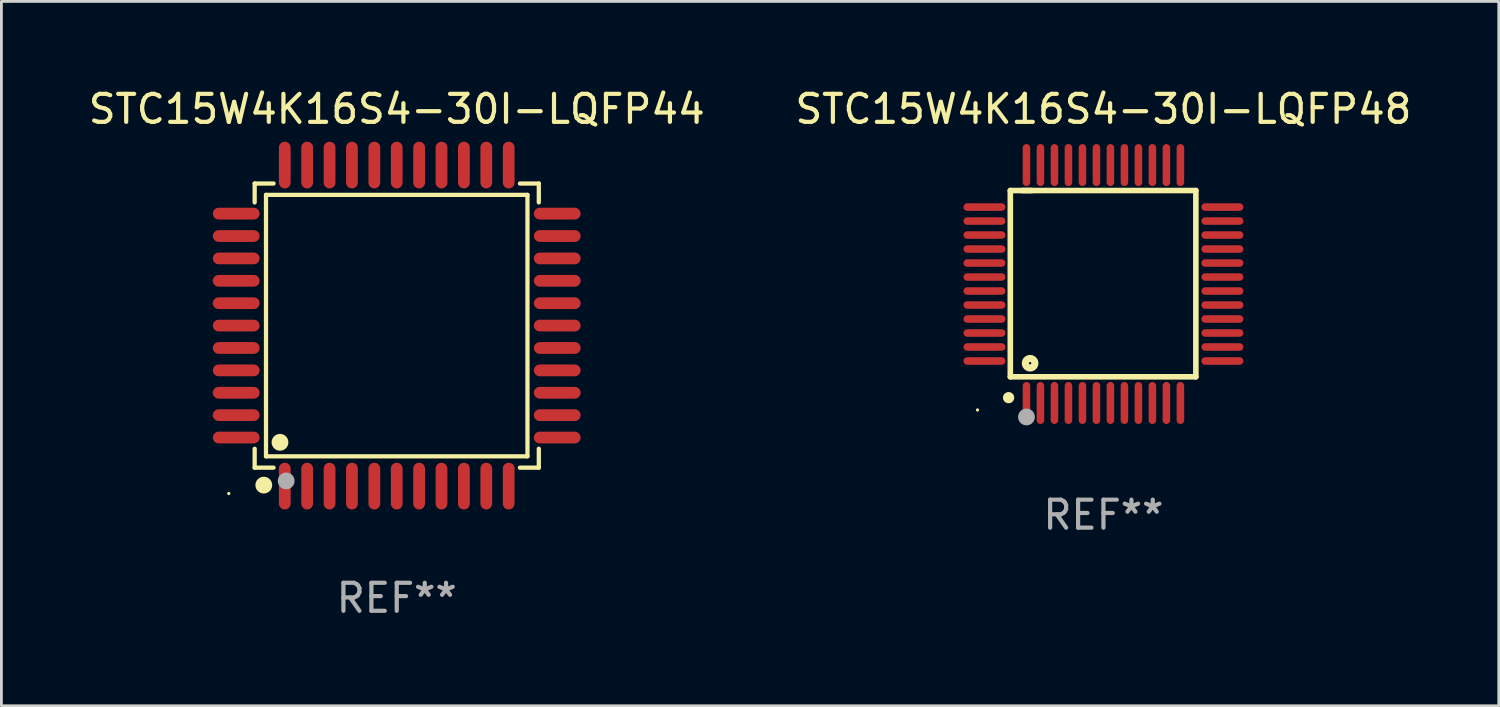
<source format=kicad_pcb>
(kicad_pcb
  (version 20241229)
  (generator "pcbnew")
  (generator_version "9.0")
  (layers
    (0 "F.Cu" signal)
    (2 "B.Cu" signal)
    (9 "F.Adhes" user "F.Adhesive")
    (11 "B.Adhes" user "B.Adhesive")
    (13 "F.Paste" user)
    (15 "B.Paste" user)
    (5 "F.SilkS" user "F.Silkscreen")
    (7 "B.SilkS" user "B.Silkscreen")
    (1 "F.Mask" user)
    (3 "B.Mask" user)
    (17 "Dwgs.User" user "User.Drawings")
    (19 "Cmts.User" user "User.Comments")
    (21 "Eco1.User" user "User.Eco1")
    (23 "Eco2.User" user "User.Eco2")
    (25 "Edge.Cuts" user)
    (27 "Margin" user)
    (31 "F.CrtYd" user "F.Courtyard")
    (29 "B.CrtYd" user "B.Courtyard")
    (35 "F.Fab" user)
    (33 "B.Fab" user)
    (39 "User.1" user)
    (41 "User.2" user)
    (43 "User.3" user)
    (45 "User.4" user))
  (footprint "STC15W4K16S4-30I-LQFP48"
    (layer "F.Cu")
    (at 36.375 7.098)
    (property "Reference" "STC15W4K16S4-30I-LQFP48" (at 0 -6.25 0) (layer "F.SilkS") (effects (font (size 1 1) (thickness 0.15))))
    (attr through_hole)
    (fp_line (start -3.327 -3.34) (end -2.565 -3.34) (stroke (width 0.2) (type solid)) (layer "F.SilkS"))
    (fp_line (start -3.327 3.315) (end -3.327 -3.34) (stroke (width 0.2) (type solid)) (layer "F.SilkS"))
    (fp_line (start -2.896 -3.34) (end 3.302 -3.34) (stroke (width 0.2) (type solid)) (layer "F.SilkS"))
    (fp_line (start 3.302 -3.34) (end 3.302 3.315) (stroke (width 0.2) (type solid)) (layer "F.SilkS"))
    (fp_line (start 3.302 3.315) (end -3.327 3.315) (stroke (width 0.2) (type solid)) (layer "F.SilkS"))
    (fp_arc (start -3.389992 4.059995) (mid -3.388722 4.059991) (end -3.387452 4.059995) (stroke (width 0.4) (type solid)) (layer "F.SilkS"))
    (fp_circle (center -4.5 4.5) (end -4.47 4.5) (stroke (width 0.06) (type solid)) (fill no) (layer "F.SilkS"))
    (fp_circle (center -2.62 2.83) (end -2.45 2.83) (stroke (width 0.254) (type solid)) (fill no) (layer "F.SilkS"))
    (fp_circle (center -2.75 4.75) (end -2.6 4.75) (stroke (width 0.3) (type solid)) (fill no) (layer "F.Fab"))
    (fp_text user "REF**" (at 0 8.25 0) (layer "F.Fab") (effects (font (size 1 1) (thickness 0.15))))
    (pad "1" smd oval (at -2.75 4.25) (size 0.27 1.5) (layers "F.Cu" "F.Mask" "F.Paste"))
    (pad "2" smd oval (at -2.25 4.25) (size 0.27 1.5) (layers "F.Cu" "F.Mask" "F.Paste"))
    (pad "3" smd oval (at -1.75 4.25) (size 0.27 1.5) (layers "F.Cu" "F.Mask" "F.Paste"))
    (pad "4" smd oval (at -1.25 4.25) (size 0.27 1.5) (layers "F.Cu" "F.Mask" "F.Paste"))
    (pad "5" smd oval (at -0.75 4.25) (size 0.27 1.5) (layers "F.Cu" "F.Mask" "F.Paste"))
    (pad "6" smd oval (at -0.25 4.25) (size 0.27 1.5) (layers "F.Cu" "F.Mask" "F.Paste"))
    (pad "7" smd oval (at 0.25 4.25) (size 0.27 1.5) (layers "F.Cu" "F.Mask" "F.Paste"))
    (pad "8" smd oval (at 0.75 4.25) (size 0.27 1.5) (layers "F.Cu" "F.Mask" "F.Paste"))
    (pad "9" smd oval (at 1.25 4.25) (size 0.27 1.5) (layers "F.Cu" "F.Mask" "F.Paste"))
    (pad "10" smd oval (at 1.75 4.25) (size 0.27 1.5) (layers "F.Cu" "F.Mask" "F.Paste"))
    (pad "11" smd oval (at 2.25 4.25) (size 0.27 1.5) (layers "F.Cu" "F.Mask" "F.Paste"))
    (pad "12" smd oval (at 2.75 4.25) (size 0.27 1.5) (layers "F.Cu" "F.Mask" "F.Paste"))
    (pad "13" smd oval (at 4.25 2.75) (size 1.5 0.27) (layers "F.Cu" "F.Mask" "F.Paste"))
    (pad "14" smd oval (at 4.25 2.25) (size 1.5 0.27) (layers "F.Cu" "F.Mask" "F.Paste"))
    (pad "15" smd oval (at 4.25 1.75) (size 1.5 0.27) (layers "F.Cu" "F.Mask" "F.Paste"))
    (pad "16" smd oval (at 4.25 1.25) (size 1.5 0.27) (layers "F.Cu" "F.Mask" "F.Paste"))
    (pad "17" smd oval (at 4.25 0.75) (size 1.5 0.27) (layers "F.Cu" "F.Mask" "F.Paste"))
    (pad "18" smd oval (at 4.25 0.25) (size 1.5 0.27) (layers "F.Cu" "F.Mask" "F.Paste"))
    (pad "19" smd oval (at 4.25 -0.25) (size 1.5 0.27) (layers "F.Cu" "F.Mask" "F.Paste"))
    (pad "20" smd oval (at 4.25 -0.75) (size 1.5 0.27) (layers "F.Cu" "F.Mask" "F.Paste"))
    (pad "21" smd oval (at 4.25 -1.25) (size 1.5 0.27) (layers "F.Cu" "F.Mask" "F.Paste"))
    (pad "22" smd oval (at 4.25 -1.75) (size 1.5 0.27) (layers "F.Cu" "F.Mask" "F.Paste"))
    (pad "23" smd oval (at 4.25 -2.25) (size 1.5 0.27) (layers "F.Cu" "F.Mask" "F.Paste"))
    (pad "24" smd oval (at 4.25 -2.75) (size 1.5 0.27) (layers "F.Cu" "F.Mask" "F.Paste"))
    (pad "25" smd oval (at 2.75 -4.25) (size 0.27 1.5) (layers "F.Cu" "F.Mask" "F.Paste"))
    (pad "26" smd oval (at 2.25 -4.25) (size 0.27 1.5) (layers "F.Cu" "F.Mask" "F.Paste"))
    (pad "27" smd oval (at 1.75 -4.25) (size 0.27 1.5) (layers "F.Cu" "F.Mask" "F.Paste"))
    (pad "28" smd oval (at 1.25 -4.25) (size 0.27 1.5) (layers "F.Cu" "F.Mask" "F.Paste"))
    (pad "29" smd oval (at 0.75 -4.25) (size 0.27 1.5) (layers "F.Cu" "F.Mask" "F.Paste"))
    (pad "30" smd oval (at 0.25 -4.25) (size 0.27 1.5) (layers "F.Cu" "F.Mask" "F.Paste"))
    (pad "31" smd oval (at -0.25 -4.25) (size 0.27 1.5) (layers "F.Cu" "F.Mask" "F.Paste"))
    (pad "32" smd oval (at -0.75 -4.25) (size 0.27 1.5) (layers "F.Cu" "F.Mask" "F.Paste"))
    (pad "33" smd oval (at -1.25 -4.25) (size 0.27 1.5) (layers "F.Cu" "F.Mask" "F.Paste"))
    (pad "34" smd oval (at -1.75 -4.25) (size 0.27 1.5) (layers "F.Cu" "F.Mask" "F.Paste"))
    (pad "35" smd oval (at -2.25 -4.25) (size 0.27 1.5) (layers "F.Cu" "F.Mask" "F.Paste"))
    (pad "36" smd oval (at -2.75 -4.25) (size 0.27 1.5) (layers "F.Cu" "F.Mask" "F.Paste"))
    (pad "37" smd oval (at -4.25 -2.75) (size 1.5 0.27) (layers "F.Cu" "F.Mask" "F.Paste"))
    (pad "38" smd oval (at -4.25 -2.25) (size 1.5 0.27) (layers "F.Cu" "F.Mask" "F.Paste"))
    (pad "39" smd oval (at -4.25 -1.75) (size 1.5 0.27) (layers "F.Cu" "F.Mask" "F.Paste"))
    (pad "40" smd oval (at -4.25 -1.25) (size 1.5 0.27) (layers "F.Cu" "F.Mask" "F.Paste"))
    (pad "41" smd oval (at -4.25 -0.75) (size 1.5 0.27) (layers "F.Cu" "F.Mask" "F.Paste"))
    (pad "42" smd oval (at -4.25 -0.25) (size 1.5 0.27) (layers "F.Cu" "F.Mask" "F.Paste"))
    (pad "43" smd oval (at -4.25 0.25) (size 1.5 0.27) (layers "F.Cu" "F.Mask" "F.Paste"))
    (pad "44" smd oval (at -4.25 0.75) (size 1.5 0.27) (layers "F.Cu" "F.Mask" "F.Paste"))
    (pad "45" smd oval (at -4.25 1.25) (size 1.5 0.27) (layers "F.Cu" "F.Mask" "F.Paste"))
    (pad "46" smd oval (at -4.25 1.75) (size 1.5 0.27) (layers "F.Cu" "F.Mask" "F.Paste"))
    (pad "47" smd oval (at -4.25 2.25) (size 1.5 0.27) (layers "F.Cu" "F.Mask" "F.Paste"))
    (pad "48" smd oval (at -4.25 2.75) (size 1.5 0.27) (layers "F.Cu" "F.Mask" "F.Paste")))
  (footprint "STC15W4K16S4-30I-LQFP44"
    (layer "F.Cu")
    (at 11.125 8.583)
    (property "Reference" "STC15W4K16S4-30I-LQFP44" (at 0 -7.735 0) (layer "F.SilkS") (effects (font (size 1 1) (thickness 0.15))))
    (attr through_hole)
    (fp_line (start -5.076 -5.076) (end -4.401 -5.076) (stroke (width 0.152) (type solid)) (layer "F.SilkS"))
    (fp_line (start -5.076 -4.401) (end -5.076 -5.076) (stroke (width 0.152) (type solid)) (layer "F.SilkS"))
    (fp_line (start -5.076 4.401) (end -5.076 5.076) (stroke (width 0.152) (type solid)) (layer "F.SilkS"))
    (fp_line (start -5.076 5.076) (end -4.401 5.076) (stroke (width 0.152) (type solid)) (layer "F.SilkS"))
    (fp_line (start -4.671 -4.671) (end 4.671 -4.671) (stroke (width 0.152) (type solid)) (layer "F.SilkS"))
    (fp_line (start -4.671 4.671) (end -4.671 -4.671) (stroke (width 0.152) (type solid)) (layer "F.SilkS"))
    (fp_line (start 4.671 -4.671) (end 4.671 4.671) (stroke (width 0.152) (type solid)) (layer "F.SilkS"))
    (fp_line (start 4.671 4.671) (end -4.671 4.671) (stroke (width 0.152) (type solid)) (layer "F.SilkS"))
    (fp_line (start 5.076 -5.076) (end 4.401 -5.076) (stroke (width 0.152) (type solid)) (layer "F.SilkS"))
    (fp_line (start 5.076 -4.401) (end 5.076 -5.076) (stroke (width 0.152) (type solid)) (layer "F.SilkS"))
    (fp_line (start 5.076 4.401) (end 5.076 5.076) (stroke (width 0.152) (type solid)) (layer "F.SilkS"))
    (fp_line (start 5.076 5.076) (end 4.401 5.076) (stroke (width 0.152) (type solid)) (layer "F.SilkS"))
    (fp_circle (center -6 6) (end -5.97 6) (stroke (width 0.06) (type solid)) (fill no) (layer "F.SilkS"))
    (fp_circle (center -4.75 5.7) (end -4.6 5.7) (stroke (width 0.3) (type solid)) (fill no) (layer "F.SilkS"))
    (fp_circle (center -4.171 4.171) (end -4.021 4.171) (stroke (width 0.3) (type solid)) (fill no) (layer "F.SilkS"))
    (fp_circle (center -3.95 5.55) (end -3.8 5.55) (stroke (width 0.3) (type solid)) (fill no) (layer "F.Fab"))
    (fp_text user "REF**" (at 0 9.735 0) (layer "F.Fab") (effects (font (size 1 1) (thickness 0.15))))
    (pad "1" smd oval (at -4 5.735) (size 0.42 1.67) (layers "F.Cu" "F.Mask" "F.Paste"))
    (pad "2" smd oval (at -3.2 5.735) (size 0.42 1.67) (layers "F.Cu" "F.Mask" "F.Paste"))
    (pad "3" smd oval (at -2.4 5.735) (size 0.42 1.67) (layers "F.Cu" "F.Mask" "F.Paste"))
    (pad "4" smd oval (at -1.6 5.735) (size 0.42 1.67) (layers "F.Cu" "F.Mask" "F.Paste"))
    (pad "5" smd oval (at -0.8 5.735) (size 0.42 1.67) (layers "F.Cu" "F.Mask" "F.Paste"))
    (pad "6" smd oval (at 0 5.735) (size 0.42 1.67) (layers "F.Cu" "F.Mask" "F.Paste"))
    (pad "7" smd oval (at 0.8 5.735) (size 0.42 1.67) (layers "F.Cu" "F.Mask" "F.Paste"))
    (pad "8" smd oval (at 1.6 5.735) (size 0.42 1.67) (layers "F.Cu" "F.Mask" "F.Paste"))
    (pad "9" smd oval (at 2.4 5.735) (size 0.42 1.67) (layers "F.Cu" "F.Mask" "F.Paste"))
    (pad "10" smd oval (at 3.2 5.735) (size 0.42 1.67) (layers "F.Cu" "F.Mask" "F.Paste"))
    (pad "11" smd oval (at 4 5.735) (size 0.42 1.67) (layers "F.Cu" "F.Mask" "F.Paste"))
    (pad "12" smd oval (at 5.735 4) (size 1.67 0.42) (layers "F.Cu" "F.Mask" "F.Paste"))
    (pad "13" smd oval (at 5.735 3.2) (size 1.67 0.42) (layers "F.Cu" "F.Mask" "F.Paste"))
    (pad "14" smd oval (at 5.735 2.4) (size 1.67 0.42) (layers "F.Cu" "F.Mask" "F.Paste"))
    (pad "15" smd oval (at 5.735 1.6) (size 1.67 0.42) (layers "F.Cu" "F.Mask" "F.Paste"))
    (pad "16" smd oval (at 5.735 0.8) (size 1.67 0.42) (layers "F.Cu" "F.Mask" "F.Paste"))
    (pad "17" smd oval (at 5.735 0) (size 1.67 0.42) (layers "F.Cu" "F.Mask" "F.Paste"))
    (pad "18" smd oval (at 5.735 -0.8) (size 1.67 0.42) (layers "F.Cu" "F.Mask" "F.Paste"))
    (pad "19" smd oval (at 5.735 -1.6) (size 1.67 0.42) (layers "F.Cu" "F.Mask" "F.Paste"))
    (pad "20" smd oval (at 5.735 -2.4) (size 1.67 0.42) (layers "F.Cu" "F.Mask" "F.Paste"))
    (pad "21" smd oval (at 5.735 -3.2) (size 1.67 0.42) (layers "F.Cu" "F.Mask" "F.Paste"))
    (pad "22" smd oval (at 5.735 -4) (size 1.67 0.42) (layers "F.Cu" "F.Mask" "F.Paste"))
    (pad "23" smd oval (at 4 -5.735) (size 0.42 1.67) (layers "F.Cu" "F.Mask" "F.Paste"))
    (pad "24" smd oval (at 3.2 -5.735) (size 0.42 1.67) (layers "F.Cu" "F.Mask" "F.Paste"))
    (pad "25" smd oval (at 2.4 -5.735) (size 0.42 1.67) (layers "F.Cu" "F.Mask" "F.Paste"))
    (pad "26" smd oval (at 1.6 -5.735) (size 0.42 1.67) (layers "F.Cu" "F.Mask" "F.Paste"))
    (pad "27" smd oval (at 0.8 -5.735) (size 0.42 1.67) (layers "F.Cu" "F.Mask" "F.Paste"))
    (pad "28" smd oval (at 0 -5.735) (size 0.42 1.67) (layers "F.Cu" "F.Mask" "F.Paste"))
    (pad "29" smd oval (at -0.8 -5.735) (size 0.42 1.67) (layers "F.Cu" "F.Mask" "F.Paste"))
    (pad "30" smd oval (at -1.6 -5.735) (size 0.42 1.67) (layers "F.Cu" "F.Mask" "F.Paste"))
    (pad "31" smd oval (at -2.4 -5.735) (size 0.42 1.67) (layers "F.Cu" "F.Mask" "F.Paste"))
    (pad "32" smd oval (at -3.2 -5.735) (size 0.42 1.67) (layers "F.Cu" "F.Mask" "F.Paste"))
    (pad "33" smd oval (at -4 -5.735) (size 0.42 1.67) (layers "F.Cu" "F.Mask" "F.Paste"))
    (pad "34" smd oval (at -5.735 -4) (size 1.67 0.42) (layers "F.Cu" "F.Mask" "F.Paste"))
    (pad "35" smd oval (at -5.735 -3.2) (size 1.67 0.42) (layers "F.Cu" "F.Mask" "F.Paste"))
    (pad "36" smd oval (at -5.735 -2.4) (size 1.67 0.42) (layers "F.Cu" "F.Mask" "F.Paste"))
    (pad "37" smd oval (at -5.735 -1.6) (size 1.67 0.42) (layers "F.Cu" "F.Mask" "F.Paste"))
    (pad "38" smd oval (at -5.735 -0.8) (size 1.67 0.42) (layers "F.Cu" "F.Mask" "F.Paste"))
    (pad "39" smd oval (at -5.735 0) (size 1.67 0.42) (layers "F.Cu" "F.Mask" "F.Paste"))
    (pad "40" smd oval (at -5.735 0.8) (size 1.67 0.42) (layers "F.Cu" "F.Mask" "F.Paste"))
    (pad "41" smd oval (at -5.735 1.6) (size 1.67 0.42) (layers "F.Cu" "F.Mask" "F.Paste"))
    (pad "42" smd oval (at -5.735 2.4) (size 1.67 0.42) (layers "F.Cu" "F.Mask" "F.Paste"))
    (pad "43" smd oval (at -5.735 3.2) (size 1.67 0.42) (layers "F.Cu" "F.Mask" "F.Paste"))
    (pad "44" smd oval (at -5.735 4) (size 1.67 0.42) (layers "F.Cu" "F.Mask" "F.Paste")))
  (gr_rect
    (start -3 -3)
    (end 50.5 22.167)
    (stroke (width 0.1) (type default))
    (fill no)
    (layer "Edge.Cuts")))
</source>
